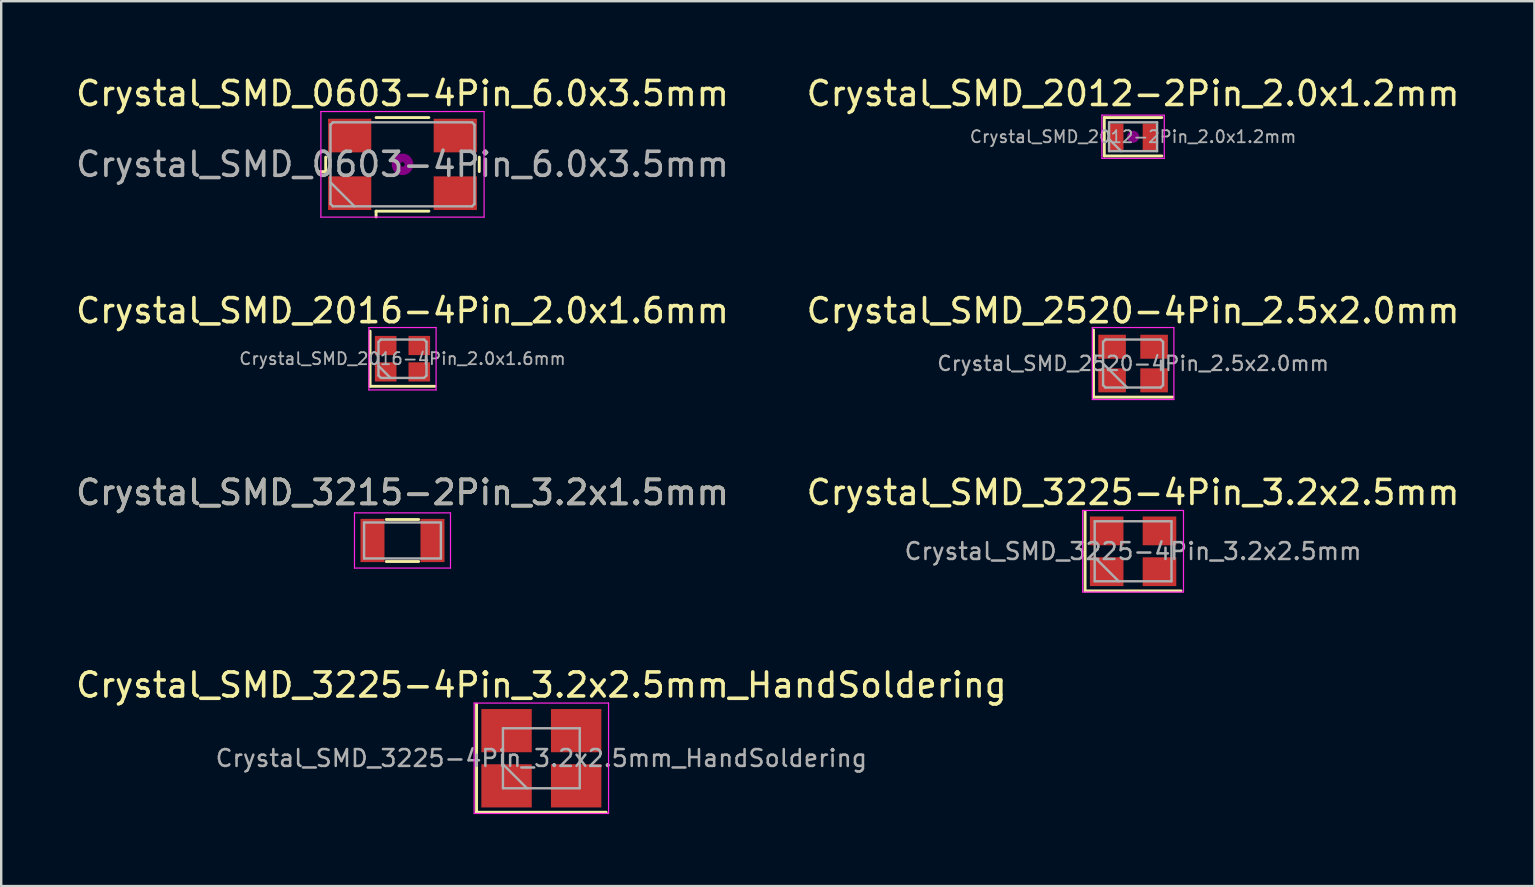
<source format=kicad_pcb>
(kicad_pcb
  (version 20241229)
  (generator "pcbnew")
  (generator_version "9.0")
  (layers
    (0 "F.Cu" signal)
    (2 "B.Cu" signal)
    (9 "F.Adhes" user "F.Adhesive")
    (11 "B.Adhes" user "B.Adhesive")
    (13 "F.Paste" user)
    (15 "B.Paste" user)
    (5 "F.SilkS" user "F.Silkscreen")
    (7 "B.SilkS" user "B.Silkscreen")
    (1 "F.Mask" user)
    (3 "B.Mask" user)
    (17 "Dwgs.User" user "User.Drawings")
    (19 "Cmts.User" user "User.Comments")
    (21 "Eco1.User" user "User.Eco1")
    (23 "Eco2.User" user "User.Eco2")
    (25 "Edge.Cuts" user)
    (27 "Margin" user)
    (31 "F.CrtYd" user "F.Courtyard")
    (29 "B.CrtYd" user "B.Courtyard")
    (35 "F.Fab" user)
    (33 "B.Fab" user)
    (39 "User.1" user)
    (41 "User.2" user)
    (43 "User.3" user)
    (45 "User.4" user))
  (footprint "Crystal_SMD_0603-4Pin_6.0x3.5mm"
    (layer "F.Cu")
    (at 13.72 3.798)
    (property "Reference" "Crystal_SMD_0603-4Pin_6.0x3.5mm" (at 0 -2.95 0) (layer "F.SilkS") (effects (font (size 1 1) (thickness 0.15))))
    (attr smd)
    (fp_line (start -3.44 0.3) (end -3.2 0.3) (stroke (width 0.12) (type solid)) (layer "F.SilkS"))
    (fp_line (start -3.2 0.3) (end -3.2 -0.3) (stroke (width 0.12) (type solid)) (layer "F.SilkS"))
    (fp_line (start -1.1 -1.95) (end 1.1 -1.95) (stroke (width 0.12) (type solid)) (layer "F.SilkS"))
    (fp_line (start -1.1 1.95) (end -1.1 2.19) (stroke (width 0.12) (type solid)) (layer "F.SilkS"))
    (fp_line (start 1.1 1.95) (end -1.1 1.95) (stroke (width 0.12) (type solid)) (layer "F.SilkS"))
    (fp_line (start 3.2 -0.3) (end 3.2 0.3) (stroke (width 0.12) (type solid)) (layer "F.SilkS"))
    (fp_circle (center 0 0) (end 0.093 0) (stroke (width 0.187) (type solid)) (fill no) (layer "F.Adhes"))
    (fp_circle (center 0 0) (end 0.213 0) (stroke (width 0.133) (type solid)) (fill no) (layer "F.Adhes"))
    (fp_circle (center 0 0) (end 0.333 0) (stroke (width 0.133) (type solid)) (fill no) (layer "F.Adhes"))
    (fp_circle (center 0 0) (end 0.4 0) (stroke (width 0.1) (type solid)) (fill no) (layer "F.Adhes"))
    (fp_line (start -3.4 -2.2) (end -3.4 2.2) (stroke (width 0.05) (type solid)) (layer "F.CrtYd"))
    (fp_line (start -3.4 2.2) (end 3.4 2.2) (stroke (width 0.05) (type solid)) (layer "F.CrtYd"))
    (fp_line (start 3.4 -2.2) (end -3.4 -2.2) (stroke (width 0.05) (type solid)) (layer "F.CrtYd"))
    (fp_line (start 3.4 2.2) (end 3.4 -2.2) (stroke (width 0.05) (type solid)) (layer "F.CrtYd"))
    (fp_line (start -3 -1.65) (end -2.9 -1.75) (stroke (width 0.1) (type solid)) (layer "F.Fab"))
    (fp_line (start -3 0.75) (end -2 1.75) (stroke (width 0.1) (type solid)) (layer "F.Fab"))
    (fp_line (start -3 1.65) (end -3 -1.65) (stroke (width 0.1) (type solid)) (layer "F.Fab"))
    (fp_line (start -2.9 -1.75) (end 2.9 -1.75) (stroke (width 0.1) (type solid)) (layer "F.Fab"))
    (fp_line (start -2.9 1.75) (end -3 1.65) (stroke (width 0.1) (type solid)) (layer "F.Fab"))
    (fp_line (start 2.9 -1.75) (end 3 -1.65) (stroke (width 0.1) (type solid)) (layer "F.Fab"))
    (fp_line (start 2.9 1.75) (end -2.9 1.75) (stroke (width 0.1) (type solid)) (layer "F.Fab"))
    (fp_line (start 3 -1.65) (end 3 1.65) (stroke (width 0.1) (type solid)) (layer "F.Fab"))
    (fp_line (start 3 1.65) (end 2.9 1.75) (stroke (width 0.1) (type solid)) (layer "F.Fab"))
    (fp_text user "${REFERENCE}" (at 0 0 0) (layer "F.Fab") (effects (font (size 1 1) (thickness 0.15))))
    (pad "1" smd rect (at -2.2 1.2) (size 1.8 1.4) (layers "F.Cu" "F.Mask" "F.Paste"))
    (pad "2" smd rect (at 2.2 1.2) (size 1.8 1.4) (layers "F.Cu" "F.Mask" "F.Paste"))
    (pad "3" smd rect (at 2.2 -1.2) (size 1.8 1.4) (layers "F.Cu" "F.Mask" "F.Paste"))
    (pad "4" smd rect (at -2.2 -1.2) (size 1.8 1.4) (layers "F.Cu" "F.Mask" "F.Paste")))
  (footprint "Crystal_SMD_3225-4Pin_3.2x2.5mm_HandSoldering"
    (layer "F.Cu")
    (at 19.506 28.543)
    (property "Reference" "Crystal_SMD_3225-4Pin_3.2x2.5mm_HandSoldering" (at 0 -3.05 0) (layer "F.SilkS") (effects (font (size 1 1) (thickness 0.15))))
    (attr smd)
    (fp_line (start -2.7 -2.25) (end -2.7 2.25) (stroke (width 0.12) (type solid)) (layer "F.SilkS"))
    (fp_line (start -2.7 2.25) (end 2.7 2.25) (stroke (width 0.12) (type solid)) (layer "F.SilkS"))
    (fp_line (start -2.8 -2.3) (end -2.8 2.3) (stroke (width 0.05) (type solid)) (layer "F.CrtYd"))
    (fp_line (start -2.8 2.3) (end 2.8 2.3) (stroke (width 0.05) (type solid)) (layer "F.CrtYd"))
    (fp_line (start 2.8 -2.3) (end -2.8 -2.3) (stroke (width 0.05) (type solid)) (layer "F.CrtYd"))
    (fp_line (start 2.8 2.3) (end 2.8 -2.3) (stroke (width 0.05) (type solid)) (layer "F.CrtYd"))
    (fp_line (start -1.6 -1.25) (end -1.6 1.25) (stroke (width 0.1) (type solid)) (layer "F.Fab"))
    (fp_line (start -1.6 0.25) (end -0.6 1.25) (stroke (width 0.1) (type solid)) (layer "F.Fab"))
    (fp_line (start -1.6 1.25) (end 1.6 1.25) (stroke (width 0.1) (type solid)) (layer "F.Fab"))
    (fp_line (start 1.6 -1.25) (end -1.6 -1.25) (stroke (width 0.1) (type solid)) (layer "F.Fab"))
    (fp_line (start 1.6 1.25) (end 1.6 -1.25) (stroke (width 0.1) (type solid)) (layer "F.Fab"))
    (fp_text user "${REFERENCE}" (at 0 0 0) (layer "F.Fab") (effects (font (size 0.7 0.7) (thickness 0.105))))
    (pad "1" smd rect (at -1.45 1.15) (size 2.1 1.8) (layers "F.Cu" "F.Mask" "F.Paste"))
    (pad "2" smd rect (at 1.45 1.15) (size 2.1 1.8) (layers "F.Cu" "F.Mask" "F.Paste"))
    (pad "3" smd rect (at 1.45 -1.15) (size 2.1 1.8) (layers "F.Cu" "F.Mask" "F.Paste"))
    (pad "4" smd rect (at -1.45 -1.15) (size 2.1 1.8) (layers "F.Cu" "F.Mask" "F.Paste")))
  (footprint "Crystal_SMD_3225-4Pin_3.2x2.5mm"
    (layer "F.Cu")
    (at 44.161 19.92)
    (property "Reference" "Crystal_SMD_3225-4Pin_3.2x2.5mm" (at 0 -2.45 0) (layer "F.SilkS") (effects (font (size 1 1) (thickness 0.15))))
    (attr smd)
    (fp_line (start -2 -1.65) (end -2 1.65) (stroke (width 0.12) (type solid)) (layer "F.SilkS"))
    (fp_line (start -2 1.65) (end 2 1.65) (stroke (width 0.12) (type solid)) (layer "F.SilkS"))
    (fp_line (start -2.1 -1.7) (end -2.1 1.7) (stroke (width 0.05) (type solid)) (layer "F.CrtYd"))
    (fp_line (start -2.1 1.7) (end 2.1 1.7) (stroke (width 0.05) (type solid)) (layer "F.CrtYd"))
    (fp_line (start 2.1 -1.7) (end -2.1 -1.7) (stroke (width 0.05) (type solid)) (layer "F.CrtYd"))
    (fp_line (start 2.1 1.7) (end 2.1 -1.7) (stroke (width 0.05) (type solid)) (layer "F.CrtYd"))
    (fp_line (start -1.6 -1.25) (end -1.6 1.25) (stroke (width 0.1) (type solid)) (layer "F.Fab"))
    (fp_line (start -1.6 0.25) (end -0.6 1.25) (stroke (width 0.1) (type solid)) (layer "F.Fab"))
    (fp_line (start -1.6 1.25) (end 1.6 1.25) (stroke (width 0.1) (type solid)) (layer "F.Fab"))
    (fp_line (start 1.6 -1.25) (end -1.6 -1.25) (stroke (width 0.1) (type solid)) (layer "F.Fab"))
    (fp_line (start 1.6 1.25) (end 1.6 -1.25) (stroke (width 0.1) (type solid)) (layer "F.Fab"))
    (fp_text user "${REFERENCE}" (at 0 0 0) (layer "F.Fab") (effects (font (size 0.7 0.7) (thickness 0.105))))
    (pad "1" smd rect (at -1.1 0.85) (size 1.4 1.2) (layers "F.Cu" "F.Mask" "F.Paste"))
    (pad "2" smd rect (at 1.1 0.85) (size 1.4 1.2) (layers "F.Cu" "F.Mask" "F.Paste"))
    (pad "3" smd rect (at 1.1 -0.85) (size 1.4 1.2) (layers "F.Cu" "F.Mask" "F.Paste"))
    (pad "4" smd rect (at -1.1 -0.85) (size 1.4 1.2) (layers "F.Cu" "F.Mask" "F.Paste")))
  (footprint "Crystal_SMD_2016-4Pin_2.0x1.6mm"
    (layer "F.Cu")
    (at 13.72 11.896)
    (property "Reference" "Crystal_SMD_2016-4Pin_2.0x1.6mm" (at 0 -2 0) (layer "F.SilkS") (effects (font (size 1 1) (thickness 0.15))))
    (attr smd)
    (fp_line (start -1.35 -1.15) (end -1.35 1.15) (stroke (width 0.12) (type solid)) (layer "F.SilkS"))
    (fp_line (start -1.35 1.15) (end 1.35 1.15) (stroke (width 0.12) (type solid)) (layer "F.SilkS"))
    (fp_line (start -1.4 -1.3) (end -1.4 1.3) (stroke (width 0.05) (type solid)) (layer "F.CrtYd"))
    (fp_line (start -1.4 1.3) (end 1.4 1.3) (stroke (width 0.05) (type solid)) (layer "F.CrtYd"))
    (fp_line (start 1.4 -1.3) (end -1.4 -1.3) (stroke (width 0.05) (type solid)) (layer "F.CrtYd"))
    (fp_line (start 1.4 1.3) (end 1.4 -1.3) (stroke (width 0.05) (type solid)) (layer "F.CrtYd"))
    (fp_line (start -1 -0.7) (end -0.9 -0.8) (stroke (width 0.1) (type solid)) (layer "F.Fab"))
    (fp_line (start -1 0.3) (end -0.5 0.8) (stroke (width 0.1) (type solid)) (layer "F.Fab"))
    (fp_line (start -1 0.7) (end -1 -0.7) (stroke (width 0.1) (type solid)) (layer "F.Fab"))
    (fp_line (start -0.9 -0.8) (end 0.9 -0.8) (stroke (width 0.1) (type solid)) (layer "F.Fab"))
    (fp_line (start -0.9 0.8) (end -1 0.7) (stroke (width 0.1) (type solid)) (layer "F.Fab"))
    (fp_line (start 0.9 -0.8) (end 1 -0.7) (stroke (width 0.1) (type solid)) (layer "F.Fab"))
    (fp_line (start 0.9 0.8) (end -0.9 0.8) (stroke (width 0.1) (type solid)) (layer "F.Fab"))
    (fp_line (start 1 -0.7) (end 1 0.7) (stroke (width 0.1) (type solid)) (layer "F.Fab"))
    (fp_line (start 1 0.7) (end 0.9 0.8) (stroke (width 0.1) (type solid)) (layer "F.Fab"))
    (fp_text user "${REFERENCE}" (at 0 0 0) (layer "F.Fab") (effects (font (size 0.5 0.5) (thickness 0.075))))
    (pad "1" smd rect (at -0.7 0.55) (size 0.9 0.8) (layers "F.Cu" "F.Mask" "F.Paste"))
    (pad "2" smd rect (at 0.7 0.55) (size 0.9 0.8) (layers "F.Cu" "F.Mask" "F.Paste"))
    (pad "3" smd rect (at 0.7 -0.55) (size 0.9 0.8) (layers "F.Cu" "F.Mask" "F.Paste"))
    (pad "4" smd rect (at -0.7 -0.55) (size 0.9 0.8) (layers "F.Cu" "F.Mask" "F.Paste")))
  (footprint "Crystal_SMD_2012-2Pin_2.0x1.2mm"
    (layer "F.Cu")
    (at 44.161 2.648)
    (property "Reference" "Crystal_SMD_2012-2Pin_2.0x1.2mm" (at 0 -1.8 0) (layer "F.SilkS") (effects (font (size 1 1) (thickness 0.15))))
    (attr smd)
    (fp_line (start -1.2 -0.8) (end -1.2 0.8) (stroke (width 0.12) (type solid)) (layer "F.SilkS"))
    (fp_line (start -1.2 0.8) (end 1.2 0.8) (stroke (width 0.12) (type solid)) (layer "F.SilkS"))
    (fp_line (start 1.2 -0.8) (end -1.2 -0.8) (stroke (width 0.12) (type solid)) (layer "F.SilkS"))
    (fp_circle (center 0 0) (end 0.047 0) (stroke (width 0.093) (type solid)) (fill no) (layer "F.Adhes"))
    (fp_circle (center 0 0) (end 0.107 0) (stroke (width 0.067) (type solid)) (fill no) (layer "F.Adhes"))
    (fp_circle (center 0 0) (end 0.167 0) (stroke (width 0.067) (type solid)) (fill no) (layer "F.Adhes"))
    (fp_circle (center 0 0) (end 0.2 0) (stroke (width 0.1) (type solid)) (fill no) (layer "F.Adhes"))
    (fp_line (start -1.3 -0.9) (end -1.3 0.9) (stroke (width 0.05) (type solid)) (layer "F.CrtYd"))
    (fp_line (start -1.3 0.9) (end 1.3 0.9) (stroke (width 0.05) (type solid)) (layer "F.CrtYd"))
    (fp_line (start 1.3 -0.9) (end -1.3 -0.9) (stroke (width 0.05) (type solid)) (layer "F.CrtYd"))
    (fp_line (start 1.3 0.9) (end 1.3 -0.9) (stroke (width 0.05) (type solid)) (layer "F.CrtYd"))
    (fp_line (start -1 -0.6) (end -1 0.6) (stroke (width 0.1) (type solid)) (layer "F.Fab"))
    (fp_line (start -1 0.1) (end -0.5 0.6) (stroke (width 0.1) (type solid)) (layer "F.Fab"))
    (fp_line (start -1 0.6) (end 1 0.6) (stroke (width 0.1) (type solid)) (layer "F.Fab"))
    (fp_line (start 1 -0.6) (end -1 -0.6) (stroke (width 0.1) (type solid)) (layer "F.Fab"))
    (fp_line (start 1 0.6) (end 1 -0.6) (stroke (width 0.1) (type solid)) (layer "F.Fab"))
    (fp_text user "${REFERENCE}" (at 0 0 0) (layer "F.Fab") (effects (font (size 0.5 0.5) (thickness 0.075))))
    (pad "1" smd rect (at -0.7 0) (size 0.6 1.1) (layers "F.Cu" "F.Mask" "F.Paste"))
    (pad "2" smd rect (at 0.7 0) (size 0.6 1.1) (layers "F.Cu" "F.Mask" "F.Paste")))
  (footprint "Crystal_SMD_3215-2Pin_3.2x1.5mm"
    (layer "F.Cu")
    (at 13.72 19.47)
    (property "Reference" "Crystal_SMD_3215-2Pin_3.2x1.5mm" (at 0 -2 0) (layer "F.SilkS") (effects (font (size 1 1) (thickness 0.15))))
    (attr smd)
    (fp_line (start -0.675 -0.875) (end 0.675 -0.875) (stroke (width 0.12) (type solid)) (layer "F.SilkS"))
    (fp_line (start -0.675 0.875) (end 0.675 0.875) (stroke (width 0.12) (type solid)) (layer "F.SilkS"))
    (fp_line (start -2 -1.15) (end -2 1.15) (stroke (width 0.05) (type solid)) (layer "F.CrtYd"))
    (fp_line (start -2 -1.15) (end 2 -1.15) (stroke (width 0.05) (type solid)) (layer "F.CrtYd"))
    (fp_line (start -2 1.15) (end 2 1.15) (stroke (width 0.05) (type solid)) (layer "F.CrtYd"))
    (fp_line (start 2 -1.15) (end 2 1.15) (stroke (width 0.05) (type solid)) (layer "F.CrtYd"))
    (fp_line (start -1.6 -0.75) (end -1.6 0.75) (stroke (width 0.1) (type solid)) (layer "F.Fab"))
    (fp_line (start -1.6 -0.75) (end 1.6 -0.75) (stroke (width 0.1) (type solid)) (layer "F.Fab"))
    (fp_line (start -1.6 0.75) (end 1.6 0.75) (stroke (width 0.1) (type solid)) (layer "F.Fab"))
    (fp_line (start 1.6 -0.75) (end 1.6 0.75) (stroke (width 0.1) (type solid)) (layer "F.Fab"))
    (fp_text user "${REFERENCE}" (at 0 -2 0) (layer "F.Fab") (effects (font (size 1 1) (thickness 0.15))))
    (pad "1" smd rect (at 1.25 0) (size 1 1.8) (layers "F.Cu" "F.Mask" "F.Paste"))
    (pad "2" smd rect (at -1.25 0) (size 1 1.8) (layers "F.Cu" "F.Mask" "F.Paste")))
  (footprint "Crystal_SMD_2520-4Pin_2.5x2.0mm"
    (layer "F.Cu")
    (at 44.161 12.097)
    (property "Reference" "Crystal_SMD_2520-4Pin_2.5x2.0mm" (at 0 -2.2 0) (layer "F.SilkS") (effects (font (size 1 1) (thickness 0.15))))
    (attr smd)
    (fp_line (start -1.65 -1.4) (end -1.65 1.4) (stroke (width 0.12) (type solid)) (layer "F.SilkS"))
    (fp_line (start -1.65 1.4) (end 1.65 1.4) (stroke (width 0.12) (type solid)) (layer "F.SilkS"))
    (fp_line (start -1.7 -1.5) (end -1.7 1.5) (stroke (width 0.05) (type solid)) (layer "F.CrtYd"))
    (fp_line (start -1.7 1.5) (end 1.7 1.5) (stroke (width 0.05) (type solid)) (layer "F.CrtYd"))
    (fp_line (start 1.7 -1.5) (end -1.7 -1.5) (stroke (width 0.05) (type solid)) (layer "F.CrtYd"))
    (fp_line (start 1.7 1.5) (end 1.7 -1.5) (stroke (width 0.05) (type solid)) (layer "F.CrtYd"))
    (fp_line (start -1.25 -0.9) (end -1.15 -1) (stroke (width 0.1) (type solid)) (layer "F.Fab"))
    (fp_line (start -1.25 0) (end -0.25 1) (stroke (width 0.1) (type solid)) (layer "F.Fab"))
    (fp_line (start -1.25 0.9) (end -1.25 -0.9) (stroke (width 0.1) (type solid)) (layer "F.Fab"))
    (fp_line (start -1.15 -1) (end 1.15 -1) (stroke (width 0.1) (type solid)) (layer "F.Fab"))
    (fp_line (start -1.15 1) (end -1.25 0.9) (stroke (width 0.1) (type solid)) (layer "F.Fab"))
    (fp_line (start 1.15 -1) (end 1.25 -0.9) (stroke (width 0.1) (type solid)) (layer "F.Fab"))
    (fp_line (start 1.15 1) (end -1.15 1) (stroke (width 0.1) (type solid)) (layer "F.Fab"))
    (fp_line (start 1.25 -0.9) (end 1.25 0.9) (stroke (width 0.1) (type solid)) (layer "F.Fab"))
    (fp_line (start 1.25 0.9) (end 1.15 1) (stroke (width 0.1) (type solid)) (layer "F.Fab"))
    (fp_text user "${REFERENCE}" (at 0 0 0) (layer "F.Fab") (effects (font (size 0.6 0.6) (thickness 0.09))))
    (pad "1" smd rect (at -0.875 0.7) (size 1.15 1) (layers "F.Cu" "F.Mask" "F.Paste"))
    (pad "2" smd rect (at 0.875 0.7) (size 1.15 1) (layers "F.Cu" "F.Mask" "F.Paste"))
    (pad "3" smd rect (at 0.875 -0.7) (size 1.15 1) (layers "F.Cu" "F.Mask" "F.Paste"))
    (pad "4" smd rect (at -0.875 -0.7) (size 1.15 1) (layers "F.Cu" "F.Mask" "F.Paste")))
  (gr_rect
    (start -3 -3)
    (end 60.881 33.868)
    (stroke (width 0.1) (type default))
    (fill no)
    (layer "Edge.Cuts")))
</source>
